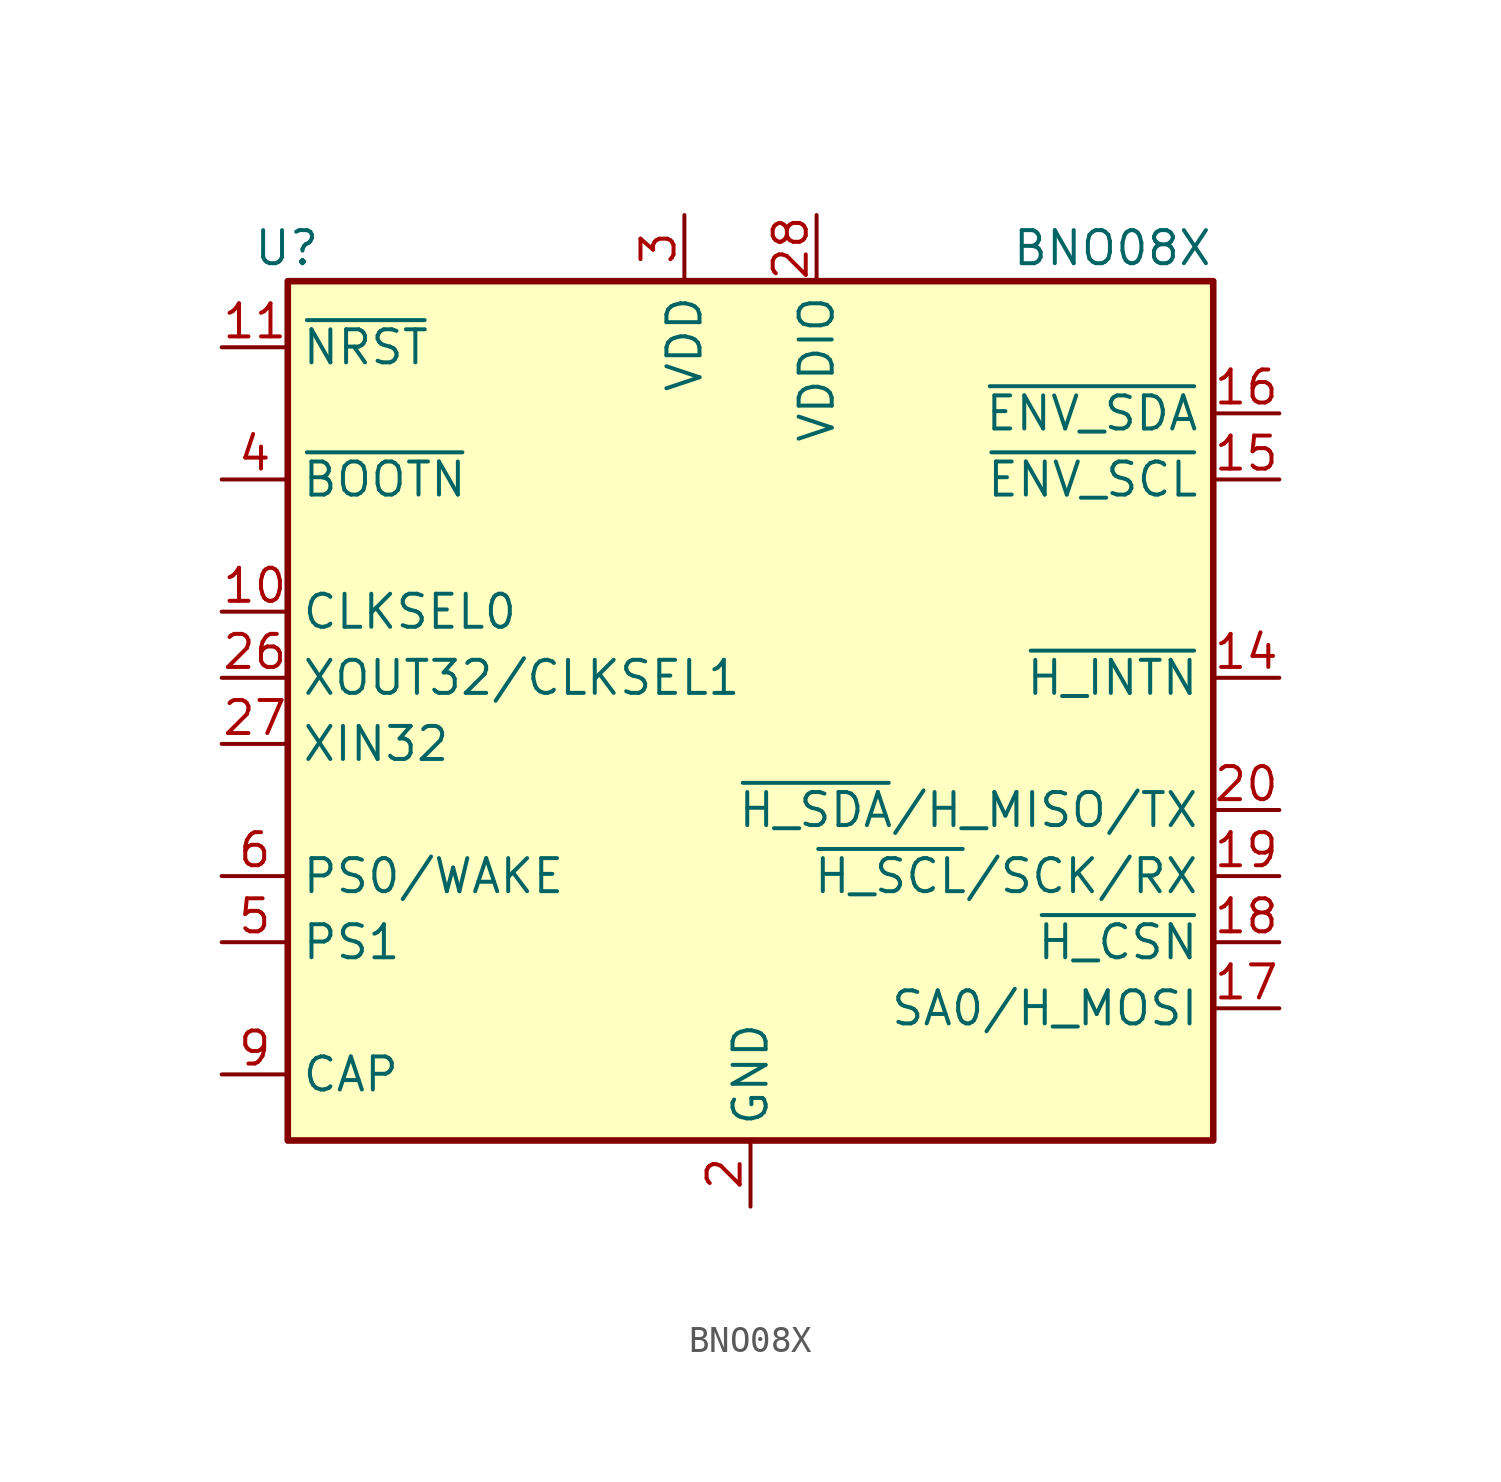
<source format=kicad_sym>
(kicad_symbol_lib
  (version 20220914)
  (generator kicad_symbol_editor)
  (symbol "BNO08X"
    (property "Reference" "U"
      (at -16.51 17.78 0)
      (effects (font (size 1.27 1.27)) (justify right)))
    (property "Value" "BNO08X"
      (at 17.78 17.78 0)
      (effects (font (size 1.27 1.27)) (justify right)))
    (symbol "BNO08X_0_1"
      (rectangle (start -17.78 16.51) (end 17.78 -16.51) (stroke (width 0.254) (type default)) (fill (type background))))
    (symbol "BNO08X_1_1"
      (pin no_connect line (at -17.78 11.43 0) (length 2.54) hide (name "PIN1" (effects (font (size 1.27 1.27)))) (number "1" (effects (font (size 1.27 1.27)))))
      (pin input line (at -20.32 3.81 0) (length 2.54) (name "CLKSEL0" (effects (font (size 1.27 1.27)))) (number "10" (effects (font (size 1.27 1.27)))))
      (pin input line (at -20.32 13.97 0) (length 2.54) (name "~{NRST}" (effects (font (size 1.27 1.27)))) (number "11" (effects (font (size 1.27 1.27)))))
      (pin no_connect line (at -17.78 -11.43 0) (length 2.54) hide (name "PIN12" (effects (font (size 1.27 1.27)))) (number "12" (effects (font (size 1.27 1.27)))))
      (pin no_connect line (at 17.78 13.97 180) (length 2.54) hide (name "PIN13" (effects (font (size 1.27 1.27)))) (number "13" (effects (font (size 1.27 1.27)))))
      (pin output line (at 20.32 1.27 180) (length 2.54) (name "~{H_INTN}" (effects (font (size 1.27 1.27)))) (number "14" (effects (font (size 1.27 1.27)))))
      (pin bidirectional line (at 20.32 8.89 180) (length 2.54) (name "~{ENV_SCL}" (effects (font (size 1.27 1.27)))) (number "15" (effects (font (size 1.27 1.27)))))
      (pin bidirectional line (at 20.32 11.43 180) (length 2.54) (name "~{ENV_SDA}" (effects (font (size 1.27 1.27)))) (number "16" (effects (font (size 1.27 1.27)))))
      (pin input line (at 20.32 -11.43 180) (length 2.54) (name "SA0/H_MOSI" (effects (font (size 1.27 1.27)))) (number "17" (effects (font (size 1.27 1.27)))))
      (pin input line (at 20.32 -8.89 180) (length 2.54) (name "~{H_CSN}" (effects (font (size 1.27 1.27)))) (number "18" (effects (font (size 1.27 1.27)))))
      (pin bidirectional line (at 20.32 -6.35 180) (length 2.54) (name "~{H_SCL}/SCK/RX" (effects (font (size 1.27 1.27)))) (number "19" (effects (font (size 1.27 1.27)))))
      (pin power_in line (at 0 -19.05 90) (length 2.54) (name "GND" (effects (font (size 1.27 1.27)))) (number "2" (effects (font (size 1.27 1.27)))))
      (pin bidirectional line (at 20.32 -3.81 180) (length 2.54) (name "~{H_SDA}/H_MISO/TX" (effects (font (size 1.27 1.27)))) (number "20" (effects (font (size 1.27 1.27)))))
      (pin no_connect line (at 17.78 6.35 180) (length 2.54) hide (name "PIN21" (effects (font (size 1.27 1.27)))) (number "21" (effects (font (size 1.27 1.27)))))
      (pin no_connect line (at 17.78 3.81 180) (length 2.54) hide (name "PIN22" (effects (font (size 1.27 1.27)))) (number "22" (effects (font (size 1.27 1.27)))))
      (pin no_connect line (at 17.78 -1.27 180) (length 2.54) hide (name "PIN23" (effects (font (size 1.27 1.27)))) (number "23" (effects (font (size 1.27 1.27)))))
      (pin no_connect line (at 17.78 -13.97 180) (length 2.54) hide (name "PIN24" (effects (font (size 1.27 1.27)))) (number "24" (effects (font (size 1.27 1.27)))))
      (pin passive line (at 0 -19.05 90) (length 2.54) hide (name "GND" (effects (font (size 1.27 1.27)))) (number "25" (effects (font (size 1.27 1.27)))))
      (pin output line (at -20.32 1.27 0) (length 2.54) (name "XOUT32/CLKSEL1" (effects (font (size 1.27 1.27)))) (number "26" (effects (font (size 1.27 1.27)))))
      (pin input line (at -20.32 -1.27 0) (length 2.54) (name "XIN32" (effects (font (size 1.27 1.27)))) (number "27" (effects (font (size 1.27 1.27)))))
      (pin power_in line (at 2.54 19.05 270) (length 2.54) (name "VDDIO" (effects (font (size 1.27 1.27)))) (number "28" (effects (font (size 1.27 1.27)))))
      (pin power_in line (at -2.54 19.05 270) (length 2.54) (name "VDD" (effects (font (size 1.27 1.27)))) (number "3" (effects (font (size 1.27 1.27)))))
      (pin input line (at -20.32 8.89 0) (length 2.54) (name "~{BOOTN}" (effects (font (size 1.27 1.27)))) (number "4" (effects (font (size 1.27 1.27)))))
      (pin input line (at -20.32 -8.89 0) (length 2.54) (name "PS1" (effects (font (size 1.27 1.27)))) (number "5" (effects (font (size 1.27 1.27)))))
      (pin input line (at -20.32 -6.35 0) (length 2.54) (name "PS0/WAKE" (effects (font (size 1.27 1.27)))) (number "6" (effects (font (size 1.27 1.27)))))
      (pin no_connect line (at -17.78 6.35 0) (length 2.54) hide (name "PIN7" (effects (font (size 1.27 1.27)))) (number "7" (effects (font (size 1.27 1.27)))))
      (pin no_connect line (at -17.78 -3.81 0) (length 2.54) hide (name "PIN8" (effects (font (size 1.27 1.27)))) (number "8" (effects (font (size 1.27 1.27)))))
      (pin passive line (at -20.32 -13.97 0) (length 2.54) (name "CAP" (effects (font (size 1.27 1.27)))) (number "9" (effects (font (size 1.27 1.27))))))))
</source>
